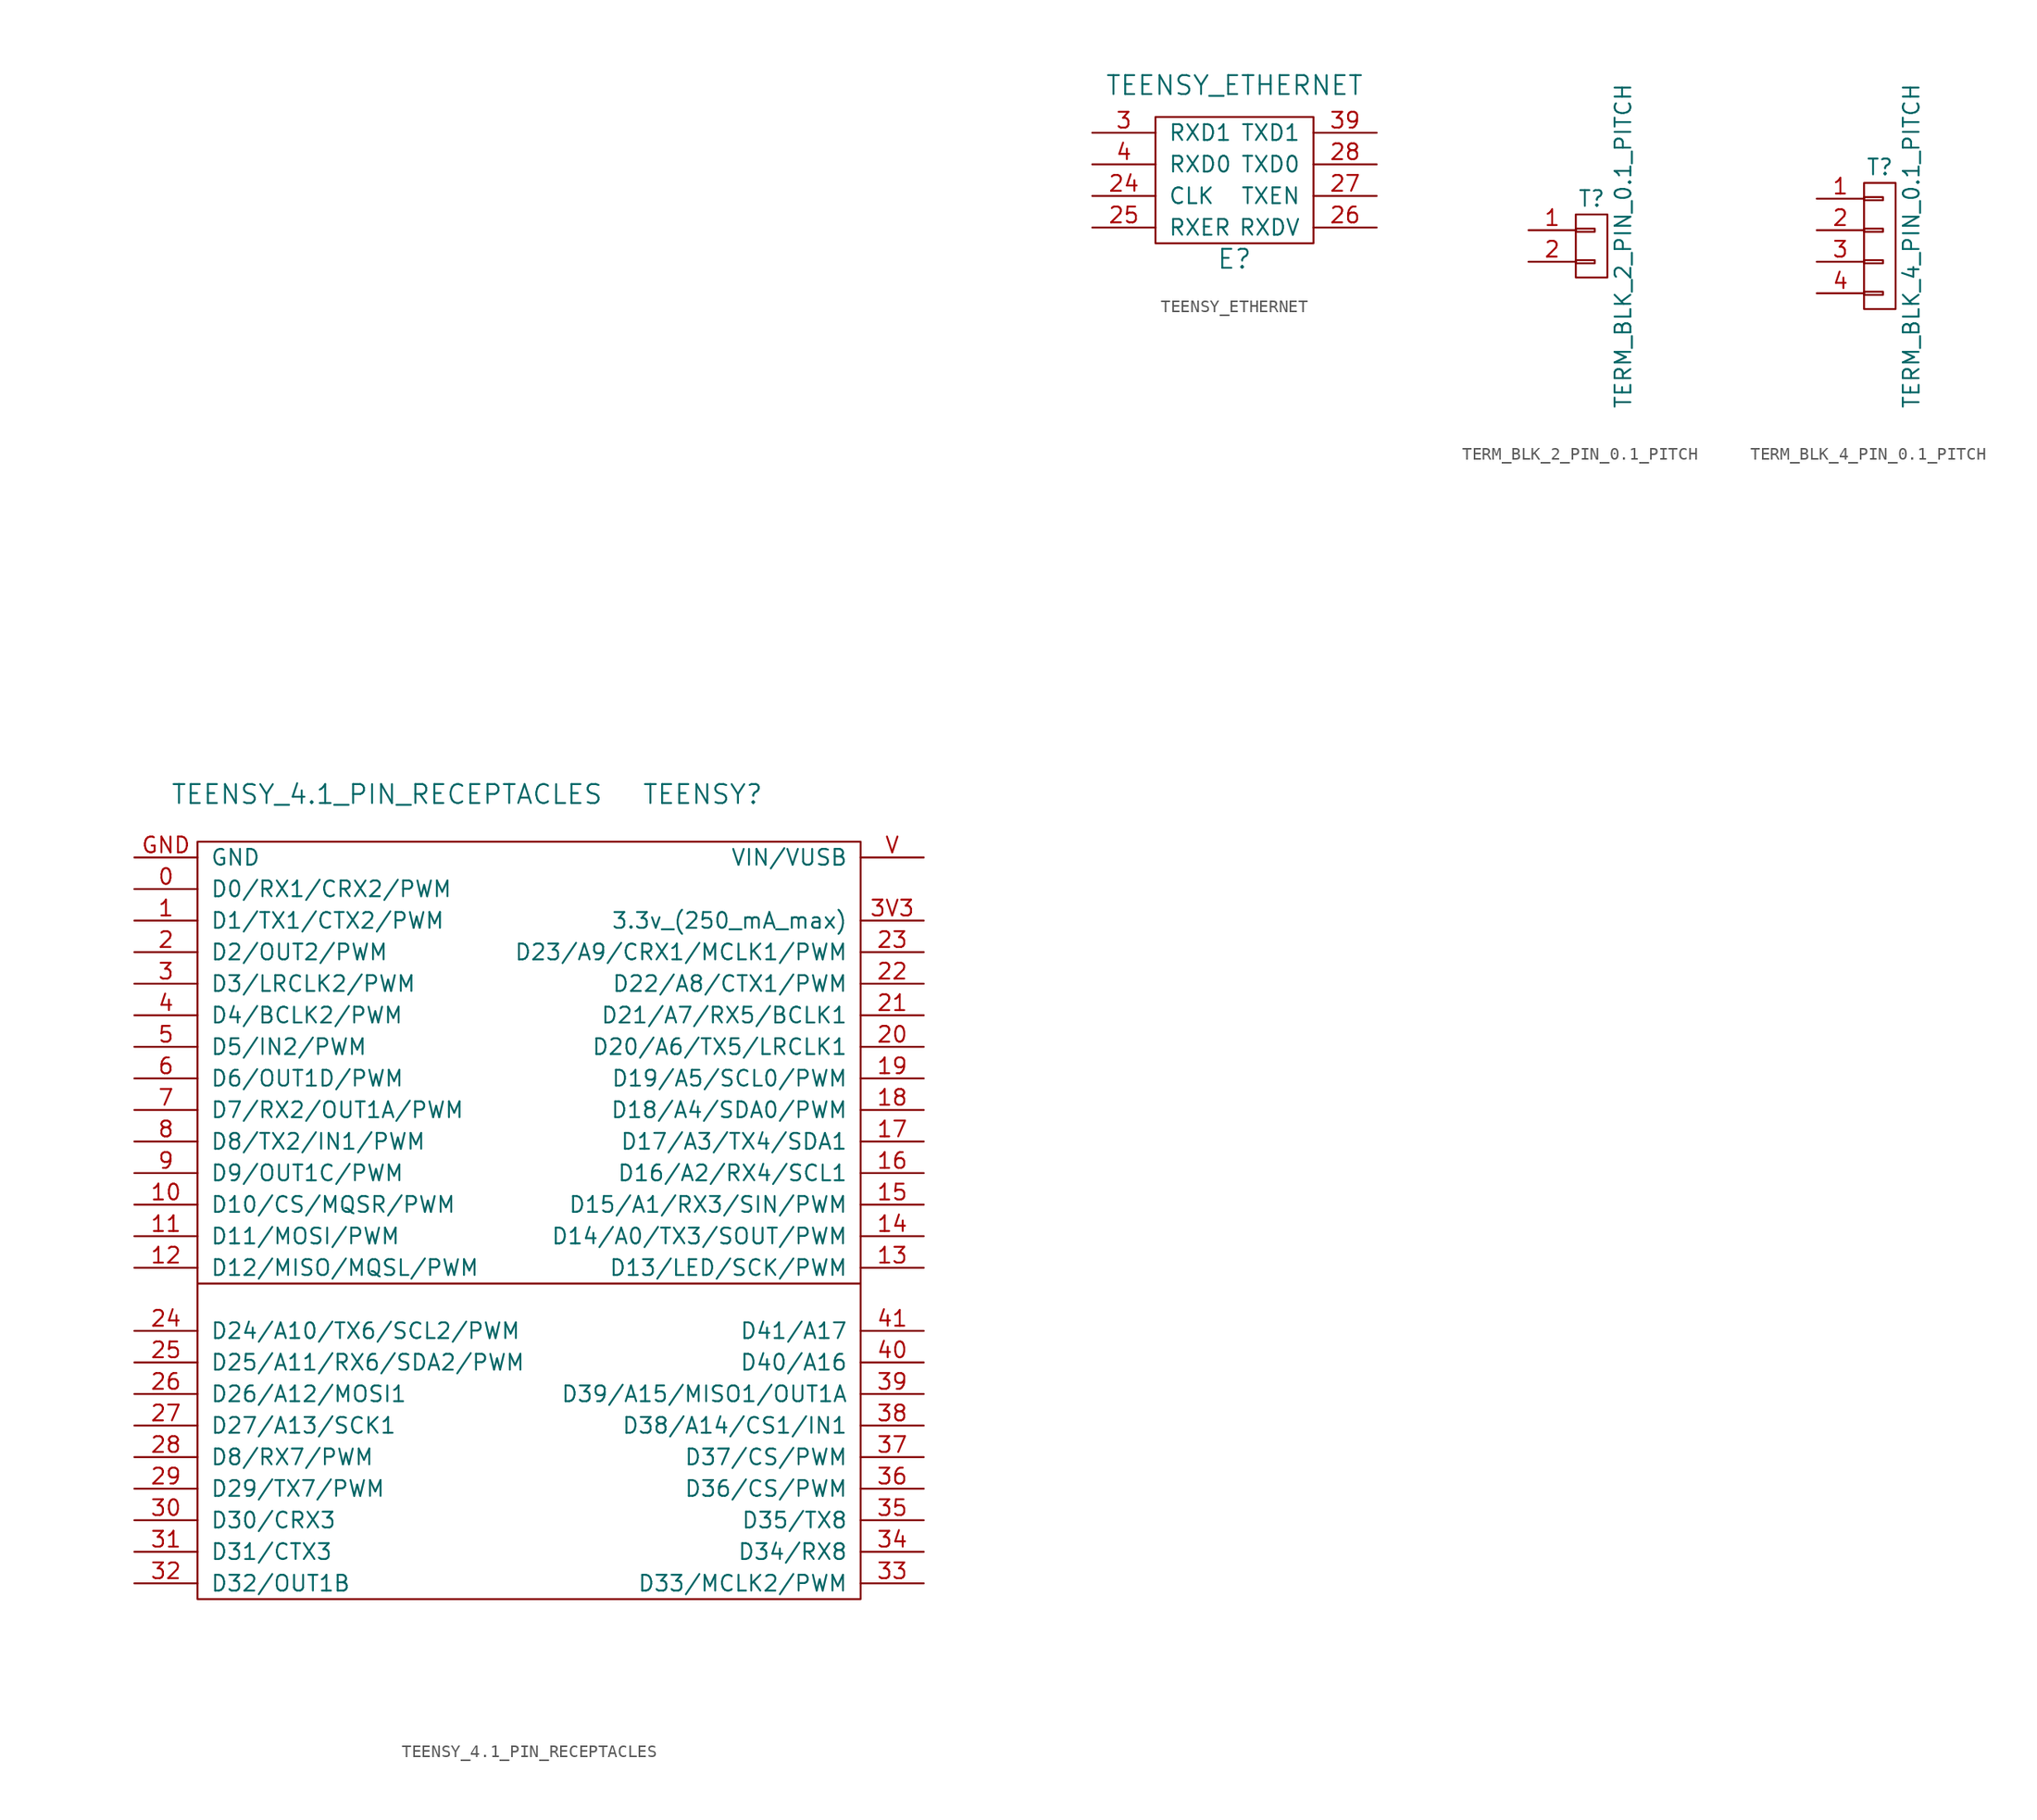
<source format=kicad_sym>
(kicad_symbol_lib
  (version 20211014)
  (generator kicad_symbol_editor)
  (symbol "TEENSY_4.1_PIN_RECEPTACLES"
    (pin_names
      (offset 1.016))
    (property "Reference" "TEENSY"
      (at 13.97 21.59 0)
      (effects (font (size 1.524 1.524))))
    (property "Value" "TEENSY_4.1_PIN_RECEPTACLES"
      (at -11.43 21.59 0)
      (effects (font (size 1.524 1.524))))
    (property "Datasheet" ""
      (at 1.27 69.85 0)
      (effects (font (size 1.524 1.524))))
    (symbol "TEENSY_4.1_PIN_RECEPTACLES_0_1"
      (rectangle (start -26.67 -17.78) (end 26.67 -43.18) (stroke (width 0) (type default) (color 0 0 0 0)) (fill (type none)))
      (rectangle (start -26.67 17.78) (end 26.67 -17.78) (stroke (width 0) (type default) (color 0 0 0 0)) (fill (type none))))
    (symbol "TEENSY_4.1_PIN_RECEPTACLES_1_1"
      (pin bidirectional line (at -31.75 13.97 0) (length 5.08) (name "D0/RX1/CRX2/PWM" (effects (font (size 1.27 1.27)))) (number "0" (effects (font (size 1.27 1.27)))))
      (pin bidirectional line (at -31.75 11.43 0) (length 5.08) (name "D1/TX1/CTX2/PWM" (effects (font (size 1.27 1.27)))) (number "1" (effects (font (size 1.27 1.27)))))
      (pin bidirectional line (at -31.75 -11.43 0) (length 5.08) (name "D10/CS/MQSR/PWM" (effects (font (size 1.27 1.27)))) (number "10" (effects (font (size 1.27 1.27)))))
      (pin bidirectional line (at -31.75 -13.97 0) (length 5.08) (name "D11/MOSI/PWM" (effects (font (size 1.27 1.27)))) (number "11" (effects (font (size 1.27 1.27)))))
      (pin bidirectional line (at -31.75 -16.51 0) (length 5.08) (name "D12/MISO/MQSL/PWM" (effects (font (size 1.27 1.27)))) (number "12" (effects (font (size 1.27 1.27)))))
      (pin bidirectional line (at 31.75 -16.51 180) (length 5.08) (name "D13/LED/SCK/PWM" (effects (font (size 1.27 1.27)))) (number "13" (effects (font (size 1.27 1.27)))))
      (pin passive line (at 31.75 -13.97 180) (length 5.08) (name "D14/A0/TX3/SOUT/PWM" (effects (font (size 1.27 1.27)))) (number "14" (effects (font (size 1.27 1.27)))))
      (pin passive line (at 31.75 -11.43 180) (length 5.08) (name "D15/A1/RX3/SIN/PWM" (effects (font (size 1.27 1.27)))) (number "15" (effects (font (size 1.27 1.27)))))
      (pin passive line (at 31.75 -8.89 180) (length 5.08) (name "D16/A2/RX4/SCL1" (effects (font (size 1.27 1.27)))) (number "16" (effects (font (size 1.27 1.27)))))
      (pin passive line (at 31.75 -6.35 180) (length 5.08) (name "D17/A3/TX4/SDA1" (effects (font (size 1.27 1.27)))) (number "17" (effects (font (size 1.27 1.27)))))
      (pin passive line (at 31.75 -3.81 180) (length 5.08) (name "D18/A4/SDA0/PWM" (effects (font (size 1.27 1.27)))) (number "18" (effects (font (size 1.27 1.27)))))
      (pin passive line (at 31.75 -1.27 180) (length 5.08) (name "D19/A5/SCL0/PWM" (effects (font (size 1.27 1.27)))) (number "19" (effects (font (size 1.27 1.27)))))
      (pin bidirectional line (at -31.75 8.89 0) (length 5.08) (name "D2/OUT2/PWM" (effects (font (size 1.27 1.27)))) (number "2" (effects (font (size 1.27 1.27)))))
      (pin passive line (at 31.75 1.27 180) (length 5.08) (name "D20/A6/TX5/LRCLK1" (effects (font (size 1.27 1.27)))) (number "20" (effects (font (size 1.27 1.27)))))
      (pin passive line (at 31.75 3.81 180) (length 5.08) (name "D21/A7/RX5/BCLK1" (effects (font (size 1.27 1.27)))) (number "21" (effects (font (size 1.27 1.27)))))
      (pin passive line (at 31.75 6.35 180) (length 5.08) (name "D22/A8/CTX1/PWM" (effects (font (size 1.27 1.27)))) (number "22" (effects (font (size 1.27 1.27)))))
      (pin passive line (at 31.75 8.89 180) (length 5.08) (name "D23/A9/CRX1/MCLK1/PWM" (effects (font (size 1.27 1.27)))) (number "23" (effects (font (size 1.27 1.27)))))
      (pin passive line (at -31.75 -21.59 0) (length 5.08) (name "D24/A10/TX6/SCL2/PWM" (effects (font (size 1.27 1.27)))) (number "24" (effects (font (size 1.27 1.27)))))
      (pin passive line (at -31.75 -24.13 0) (length 5.08) (name "D25/A11/RX6/SDA2/PWM" (effects (font (size 1.27 1.27)))) (number "25" (effects (font (size 1.27 1.27)))))
      (pin passive line (at -31.75 -26.67 0) (length 5.08) (name "D26/A12/MOSI1" (effects (font (size 1.27 1.27)))) (number "26" (effects (font (size 1.27 1.27)))))
      (pin passive line (at -31.75 -29.21 0) (length 5.08) (name "D27/A13/SCK1" (effects (font (size 1.27 1.27)))) (number "27" (effects (font (size 1.27 1.27)))))
      (pin bidirectional line (at -31.75 -31.75 0) (length 5.08) (name "D8/RX7/PWM" (effects (font (size 1.27 1.27)))) (number "28" (effects (font (size 1.27 1.27)))))
      (pin bidirectional line (at -31.75 -34.29 0) (length 5.08) (name "D29/TX7/PWM" (effects (font (size 1.27 1.27)))) (number "29" (effects (font (size 1.27 1.27)))))
      (pin bidirectional line (at -31.75 6.35 0) (length 5.08) (name "D3/LRCLK2/PWM" (effects (font (size 1.27 1.27)))) (number "3" (effects (font (size 1.27 1.27)))))
      (pin bidirectional line (at -31.75 -36.83 0) (length 5.08) (name "D30/CRX3" (effects (font (size 1.27 1.27)))) (number "30" (effects (font (size 1.27 1.27)))))
      (pin bidirectional line (at -31.75 -39.37 0) (length 5.08) (name "D31/CTX3" (effects (font (size 1.27 1.27)))) (number "31" (effects (font (size 1.27 1.27)))))
      (pin bidirectional line (at -31.75 -41.91 0) (length 5.08) (name "D32/OUT1B" (effects (font (size 1.27 1.27)))) (number "32" (effects (font (size 1.27 1.27)))))
      (pin bidirectional line (at 31.75 -41.91 180) (length 5.08) (name "D33/MCLK2/PWM" (effects (font (size 1.27 1.27)))) (number "33" (effects (font (size 1.27 1.27)))))
      (pin bidirectional line (at 31.75 -39.37 180) (length 5.08) (name "D34/RX8" (effects (font (size 1.27 1.27)))) (number "34" (effects (font (size 1.27 1.27)))))
      (pin bidirectional line (at 31.75 -36.83 180) (length 5.08) (name "D35/TX8" (effects (font (size 1.27 1.27)))) (number "35" (effects (font (size 1.27 1.27)))))
      (pin bidirectional line (at 31.75 -34.29 180) (length 5.08) (name "D36/CS/PWM" (effects (font (size 1.27 1.27)))) (number "36" (effects (font (size 1.27 1.27)))))
      (pin bidirectional line (at 31.75 -31.75 180) (length 5.08) (name "D37/CS/PWM" (effects (font (size 1.27 1.27)))) (number "37" (effects (font (size 1.27 1.27)))))
      (pin passive line (at 31.75 -29.21 180) (length 5.08) (name "D38/A14/CS1/IN1" (effects (font (size 1.27 1.27)))) (number "38" (effects (font (size 1.27 1.27)))))
      (pin passive line (at 31.75 -26.67 180) (length 5.08) (name "D39/A15/MISO1/OUT1A" (effects (font (size 1.27 1.27)))) (number "39" (effects (font (size 1.27 1.27)))))
      (pin power_out line (at 31.75 11.43 180) (length 5.08) (name "3.3v_(250_mA_max)" (effects (font (size 1.27 1.27)))) (number "3V3" (effects (font (size 1.27 1.27)))))
      (pin bidirectional line (at -31.75 3.81 0) (length 5.08) (name "D4/BCLK2/PWM" (effects (font (size 1.27 1.27)))) (number "4" (effects (font (size 1.27 1.27)))))
      (pin passive line (at 31.75 -24.13 180) (length 5.08) (name "D40/A16" (effects (font (size 1.27 1.27)))) (number "40" (effects (font (size 1.27 1.27)))))
      (pin passive line (at 31.75 -21.59 180) (length 5.08) (name "D41/A17" (effects (font (size 1.27 1.27)))) (number "41" (effects (font (size 1.27 1.27)))))
      (pin bidirectional line (at -31.75 1.27 0) (length 5.08) (name "D5/IN2/PWM" (effects (font (size 1.27 1.27)))) (number "5" (effects (font (size 1.27 1.27)))))
      (pin bidirectional line (at -31.75 -1.27 0) (length 5.08) (name "D6/OUT1D/PWM" (effects (font (size 1.27 1.27)))) (number "6" (effects (font (size 1.27 1.27)))))
      (pin bidirectional line (at -31.75 -3.81 0) (length 5.08) (name "D7/RX2/OUT1A/PWM" (effects (font (size 1.27 1.27)))) (number "7" (effects (font (size 1.27 1.27)))))
      (pin bidirectional line (at -31.75 -6.35 0) (length 5.08) (name "D8/TX2/IN1/PWM" (effects (font (size 1.27 1.27)))) (number "8" (effects (font (size 1.27 1.27)))))
      (pin bidirectional line (at -31.75 -8.89 0) (length 5.08) (name "D9/OUT1C/PWM" (effects (font (size 1.27 1.27)))) (number "9" (effects (font (size 1.27 1.27)))))
      (pin passive line (at -31.75 16.51 0) (length 5.08) (name "GND" (effects (font (size 1.27 1.27)))) (number "GND" (effects (font (size 1.27 1.27)))))
      (pin passive line (at 31.75 16.51 180) (length 5.08) (name "VIN/VUSB" (effects (font (size 1.27 1.27)))) (number "V" (effects (font (size 1.27 1.27)))))))
  (symbol "TEENSY_ETHERNET"
    (pin_names
      (offset 1.016))
    (property "Reference" "E"
      (at 0 -6.35 0)
      (effects (font (size 1.524 1.524))))
    (property "Value" "TEENSY_ETHERNET"
      (at 0 7.62 0)
      (effects (font (size 1.524 1.524))))
    (symbol "TEENSY_ETHERNET_0_1"
      (rectangle (start -6.35 5.08) (end 6.35 -5.08) (stroke (width 0) (type default) (color 0 0 0 0)) (fill (type none))))
    (symbol "TEENSY_ETHERNET_1_1"
      (pin bidirectional line (at -11.43 -1.27 0) (length 5.08) (name "CLK" (effects (font (size 1.27 1.27)))) (number "24" (effects (font (size 1.27 1.27)))))
      (pin bidirectional line (at -11.43 -3.81 0) (length 5.08) (name "RXER" (effects (font (size 1.27 1.27)))) (number "25" (effects (font (size 1.27 1.27)))))
      (pin bidirectional line (at 11.43 -3.81 180) (length 5.08) (name "RXDV" (effects (font (size 1.27 1.27)))) (number "26" (effects (font (size 1.27 1.27)))))
      (pin bidirectional line (at 11.43 -1.27 180) (length 5.08) (name "TXEN" (effects (font (size 1.27 1.27)))) (number "27" (effects (font (size 1.27 1.27)))))
      (pin bidirectional line (at 11.43 1.27 180) (length 5.08) (name "TXD0" (effects (font (size 1.27 1.27)))) (number "28" (effects (font (size 1.27 1.27)))))
      (pin bidirectional line (at -11.43 3.81 0) (length 5.08) (name "RXD1" (effects (font (size 1.27 1.27)))) (number "3" (effects (font (size 1.27 1.27)))))
      (pin bidirectional line (at 11.43 3.81 180) (length 5.08) (name "TXD1" (effects (font (size 1.27 1.27)))) (number "39" (effects (font (size 1.27 1.27)))))
      (pin bidirectional line (at -11.43 1.27 0) (length 5.08) (name "RXD0" (effects (font (size 1.27 1.27)))) (number "4" (effects (font (size 1.27 1.27)))))))
  (symbol "TERM_BLK_2_PIN_0.1_PITCH"
    (pin_names
      (offset 1.016) hide)
    (property "Reference" "T"
      (at 0 3.81 0)
      (effects (font (size 1.27 1.27))))
    (property "Value" "TERM_BLK_2_PIN_0.1_PITCH"
      (at 2.54 0 90)
      (effects (font (size 1.27 1.27))))
    (property "Datasheet" ""
      (at 0 0 0)
      (effects (font (size 1.524 1.524))))
    (symbol "TERM_BLK_2_PIN_0.1_PITCH_0_1"
      (rectangle (start -1.27 -1.143) (end 0.254 -1.397) (stroke (width 0) (type default) (color 0 0 0 0)) (fill (type none)))
      (rectangle (start -1.27 1.397) (end 0.254 1.143) (stroke (width 0) (type default) (color 0 0 0 0)) (fill (type none)))
      (rectangle (start -1.27 2.54) (end 1.27 -2.54) (stroke (width 0) (type default) (color 0 0 0 0)) (fill (type none))))
    (symbol "TERM_BLK_2_PIN_0.1_PITCH_1_1"
      (pin passive line (at -5.08 1.27 0) (length 3.81) (name "P1" (effects (font (size 1.27 1.27)))) (number "1" (effects (font (size 1.27 1.27)))))
      (pin passive line (at -5.08 -1.27 0) (length 3.81) (name "P2" (effects (font (size 1.27 1.27)))) (number "2" (effects (font (size 1.27 1.27)))))))
  (symbol "TERM_BLK_4_PIN_0.1_PITCH"
    (pin_names
      (offset 1.016) hide)
    (property "Reference" "T"
      (at 0 6.35 0)
      (effects (font (size 1.27 1.27))))
    (property "Value" "TERM_BLK_4_PIN_0.1_PITCH"
      (at 2.54 0 90)
      (effects (font (size 1.27 1.27))))
    (property "Datasheet" ""
      (at 0 0 0)
      (effects (font (size 1.27 1.27))))
    (symbol "TERM_BLK_4_PIN_0.1_PITCH_0_1"
      (rectangle (start -1.27 -3.683) (end 0.254 -3.937) (stroke (width 0) (type default) (color 0 0 0 0)) (fill (type none)))
      (rectangle (start -1.27 -1.143) (end 0.254 -1.397) (stroke (width 0) (type default) (color 0 0 0 0)) (fill (type none)))
      (rectangle (start -1.27 1.397) (end 0.254 1.143) (stroke (width 0) (type default) (color 0 0 0 0)) (fill (type none)))
      (rectangle (start -1.27 3.937) (end 0.254 3.683) (stroke (width 0) (type default) (color 0 0 0 0)) (fill (type none)))
      (rectangle (start -1.27 5.08) (end 1.27 -5.08) (stroke (width 0) (type default) (color 0 0 0 0)) (fill (type none))))
    (symbol "TERM_BLK_4_PIN_0.1_PITCH_1_1"
      (pin passive line (at -5.08 3.81 0) (length 3.81) (name "P1" (effects (font (size 1.27 1.27)))) (number "1" (effects (font (size 1.27 1.27)))))
      (pin passive line (at -5.08 1.27 0) (length 3.81) (name "P2" (effects (font (size 1.27 1.27)))) (number "2" (effects (font (size 1.27 1.27)))))
      (pin passive line (at -5.08 -1.27 0) (length 3.81) (name "P3" (effects (font (size 1.27 1.27)))) (number "3" (effects (font (size 1.27 1.27)))))
      (pin passive line (at -5.08 -3.81 0) (length 3.81) (name "P4" (effects (font (size 1.27 1.27)))) (number "4" (effects (font (size 1.27 1.27))))))))
</source>
